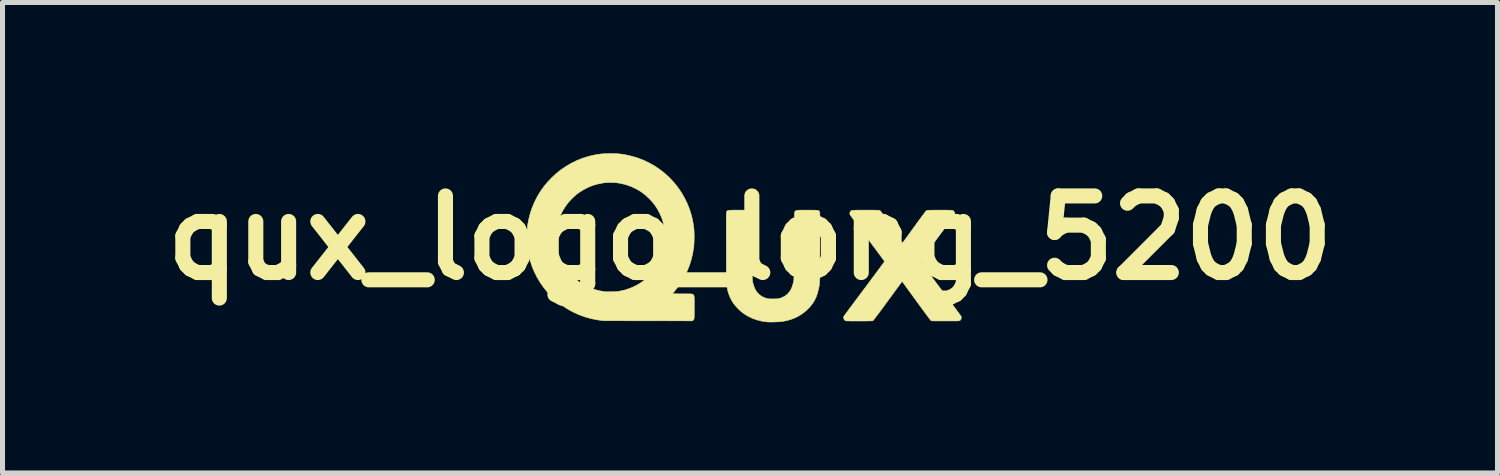
<source format=kicad_pcb>
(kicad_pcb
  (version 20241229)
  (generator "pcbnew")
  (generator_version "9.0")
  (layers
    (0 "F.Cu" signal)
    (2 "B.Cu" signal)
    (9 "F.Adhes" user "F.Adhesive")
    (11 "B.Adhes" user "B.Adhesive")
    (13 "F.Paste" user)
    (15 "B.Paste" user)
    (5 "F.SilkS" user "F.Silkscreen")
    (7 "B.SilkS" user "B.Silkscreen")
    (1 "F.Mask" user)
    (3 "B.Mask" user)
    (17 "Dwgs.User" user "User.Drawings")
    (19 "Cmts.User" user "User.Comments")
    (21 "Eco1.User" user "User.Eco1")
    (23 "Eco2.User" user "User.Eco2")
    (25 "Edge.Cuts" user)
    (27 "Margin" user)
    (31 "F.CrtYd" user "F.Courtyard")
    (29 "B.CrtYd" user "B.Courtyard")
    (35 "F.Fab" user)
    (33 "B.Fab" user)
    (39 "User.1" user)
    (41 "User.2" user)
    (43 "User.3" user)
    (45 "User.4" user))
  (footprint "qux_logo_long_5200"
    (layer "F.Cu")
    (at 11.873 1.683)
    (property "Reference" "qux_logo_long_5200" (at 0 0 0) (layer "F.SilkS") (effects (font (size 1.524 1.524) (thickness 0.3))))
    (attr through_hole)
    (fp_poly (pts (xy -2.724 -1.677) (xy -2.675 -1.676) (xy -2.632 -1.674) (xy -2.591 -1.67) (xy -2.549 -1.665) (xy -2.506 -1.658) (xy -2.477 -1.653) (xy -2.353 -1.625) (xy -2.233 -1.589) (xy -2.116 -1.544) (xy -2.004 -1.49) (xy -1.896 -1.429) (xy -1.794 -1.36) (xy -1.696 -1.283) (xy -1.605 -1.2) (xy -1.52 -1.109) (xy -1.442 -1.013) (xy -1.37 -0.91) (xy -1.307 -0.801) (xy -1.259 -0.705) (xy -1.218 -0.608) (xy -1.184 -0.511) (xy -1.156 -0.41) (xy -1.134 -0.305) (xy -1.118 -0.195) (xy -1.115 -0.167) (xy -1.113 -0.131) (xy -1.112 -0.089) (xy -1.111 -0.043) (xy -1.111 0.004) (xy -1.112 0.051) (xy -1.114 0.096) (xy -1.116 0.137) (xy -1.118 0.171) (xy -1.12 0.187) (xy -1.141 0.312) (xy -1.169 0.432) (xy -1.205 0.546) (xy -1.249 0.657) (xy -1.302 0.765) (xy -1.364 0.871) (xy -1.386 0.905) (xy -1.402 0.929) (xy -1.421 0.956) (xy -1.442 0.984) (xy -1.463 1.012) (xy -1.484 1.038) (xy -1.503 1.062) (xy -1.519 1.081) (xy -1.531 1.094) (xy -1.533 1.096) (xy -1.541 1.104) (xy -1.544 1.11) (xy -1.539 1.11) (xy -1.525 1.111) (xy -1.504 1.112) (xy -1.476 1.113) (xy -1.443 1.113) (xy -1.405 1.114) (xy -1.363 1.114) (xy -1.349 1.114) (xy -1.301 1.114) (xy -1.261 1.114) (xy -1.228 1.114) (xy -1.203 1.114) (xy -1.184 1.115) (xy -1.169 1.116) (xy -1.158 1.117) (xy -1.151 1.118) (xy -1.145 1.12) (xy -1.141 1.122) (xy -1.14 1.123) (xy -1.133 1.128) (xy -1.127 1.132) (xy -1.122 1.137) (xy -1.118 1.144) (xy -1.115 1.154) (xy -1.113 1.166) (xy -1.111 1.184) (xy -1.11 1.206) (xy -1.109 1.235) (xy -1.109 1.27) (xy -1.109 1.313) (xy -1.109 1.365) (xy -1.109 1.382) (xy -1.109 1.437) (xy -1.109 1.482) (xy -1.109 1.519) (xy -1.11 1.549) (xy -1.111 1.573) (xy -1.112 1.592) (xy -1.114 1.606) (xy -1.116 1.616) (xy -1.12 1.624) (xy -1.124 1.63) (xy -1.129 1.635) (xy -1.135 1.64) (xy -1.136 1.641) (xy -1.149 1.651) (xy -2.019 1.65) (xy -2.111 1.65) (xy -2.2 1.65) (xy -2.287 1.65) (xy -2.369 1.65) (xy -2.448 1.65) (xy -2.523 1.649) (xy -2.592 1.649) (xy -2.656 1.649) (xy -2.714 1.649) (xy -2.765 1.649) (xy -2.809 1.649) (xy -2.846 1.648) (xy -2.875 1.648) (xy -2.895 1.648) (xy -2.907 1.648) (xy -2.909 1.648) (xy -3.036 1.632) (xy -3.161 1.607) (xy -3.282 1.573) (xy -3.401 1.53) (xy -3.515 1.478) (xy -3.626 1.418) (xy -3.732 1.349) (xy -3.833 1.272) (xy -3.929 1.187) (xy -3.936 1.18) (xy -4.023 1.089) (xy -4.102 0.992) (xy -4.174 0.89) (xy -4.238 0.783) (xy -4.294 0.671) (xy -4.341 0.556) (xy -4.379 0.438) (xy -4.408 0.318) (xy -4.415 0.278) (xy -4.422 0.24) (xy -4.427 0.208) (xy -4.431 0.178) (xy -4.433 0.149) (xy -4.435 0.119) (xy -4.437 0.087) (xy -4.437 0.049) (xy -4.437 0.004) (xy -4.437 -0.015) (xy -4.437 -0.037) (xy -3.863 -0.037) (xy -3.861 0.064) (xy -3.849 0.164) (xy -3.828 0.262) (xy -3.798 0.357) (xy -3.759 0.45) (xy -3.712 0.539) (xy -3.657 0.623) (xy -3.593 0.703) (xy -3.544 0.755) (xy -3.467 0.825) (xy -3.385 0.887) (xy -3.299 0.94) (xy -3.208 0.985) (xy -3.112 1.021) (xy -3.012 1.049) (xy -2.906 1.068) (xy -2.877 1.072) (xy -2.859 1.073) (xy -2.833 1.073) (xy -2.801 1.073) (xy -2.766 1.073) (xy -2.73 1.072) (xy -2.694 1.07) (xy -2.661 1.068) (xy -2.632 1.066) (xy -2.61 1.063) (xy -2.603 1.062) (xy -2.499 1.039) (xy -2.399 1.007) (xy -2.304 0.967) (xy -2.214 0.919) (xy -2.13 0.863) (xy -2.051 0.799) (xy -1.979 0.727) (xy -1.912 0.648) (xy -1.904 0.638) (xy -1.846 0.553) (xy -1.797 0.464) (xy -1.757 0.372) (xy -1.726 0.278) (xy -1.704 0.183) (xy -1.69 0.086) (xy -1.686 -0.012) (xy -1.69 -0.109) (xy -1.703 -0.206) (xy -1.725 -0.302) (xy -1.756 -0.396) (xy -1.796 -0.488) (xy -1.844 -0.577) (xy -1.901 -0.662) (xy -1.903 -0.665) (xy -1.947 -0.719) (xy -1.998 -0.773) (xy -2.053 -0.826) (xy -2.11 -0.875) (xy -2.167 -0.917) (xy -2.181 -0.926) (xy -2.266 -0.976) (xy -2.357 -1.018) (xy -2.452 -1.053) (xy -2.551 -1.079) (xy -2.623 -1.092) (xy -2.662 -1.097) (xy -2.707 -1.1) (xy -2.756 -1.101) (xy -2.807 -1.101) (xy -2.855 -1.099) (xy -2.899 -1.096) (xy -2.926 -1.092) (xy -3.03 -1.072) (xy -3.129 -1.043) (xy -3.225 -1.004) (xy -3.316 -0.957) (xy -3.404 -0.901) (xy -3.432 -0.881) (xy -3.459 -0.86) (xy -3.489 -0.833) (xy -3.521 -0.803) (xy -3.554 -0.771) (xy -3.584 -0.739) (xy -3.611 -0.71) (xy -3.622 -0.696) (xy -3.681 -0.615) (xy -3.733 -0.529) (xy -3.776 -0.438) (xy -3.812 -0.343) (xy -3.838 -0.246) (xy -3.855 -0.148) (xy -3.856 -0.139) (xy -3.863 -0.037) (xy -4.437 -0.037) (xy -4.437 -0.07) (xy -4.436 -0.117) (xy -4.434 -0.159) (xy -4.431 -0.197) (xy -4.427 -0.235) (xy -4.422 -0.272) (xy -4.414 -0.313) (xy -4.406 -0.357) (xy -4.376 -0.477) (xy -4.338 -0.593) (xy -4.291 -0.706) (xy -4.236 -0.815) (xy -4.174 -0.919) (xy -4.104 -1.018) (xy -4.027 -1.112) (xy -3.943 -1.2) (xy -3.854 -1.282) (xy -3.759 -1.358) (xy -3.658 -1.426) (xy -3.553 -1.487) (xy -3.443 -1.541) (xy -3.329 -1.586) (xy -3.212 -1.622) (xy -3.112 -1.646) (xy -3.058 -1.656) (xy -3.008 -1.664) (xy -2.96 -1.67) (xy -2.911 -1.674) (xy -2.858 -1.676) (xy -2.8 -1.677) (xy -2.779 -1.678) (xy -2.724 -1.677)) (stroke (width 0.01) (type solid)) (fill yes) (layer "F.SilkS"))
    (fp_poly (pts (xy 3.831 -0.552) (xy 3.878 -0.552) (xy 3.916 -0.552) (xy 3.947 -0.551) (xy 3.972 -0.551) (xy 3.991 -0.55) (xy 4.006 -0.55) (xy 4.017 -0.549) (xy 4.025 -0.547) (xy 4.031 -0.546) (xy 4.036 -0.544) (xy 4.039 -0.542) (xy 4.056 -0.529) (xy 4.068 -0.51) (xy 4.074 -0.489) (xy 4.072 -0.468) (xy 4.069 -0.459) (xy 4.065 -0.454) (xy 4.056 -0.441) (xy 4.042 -0.422) (xy 4.023 -0.396) (xy 4 -0.365) (xy 3.973 -0.328) (xy 3.943 -0.286) (xy 3.909 -0.24) (xy 3.872 -0.19) (xy 3.833 -0.137) (xy 3.791 -0.081) (xy 3.748 -0.022) (xy 3.724 0.01) (xy 3.385 0.469) (xy 3.787 1.005) (xy 3.835 1.069) (xy 3.881 1.132) (xy 3.926 1.192) (xy 3.969 1.249) (xy 4.009 1.302) (xy 4.046 1.352) (xy 4.08 1.397) (xy 4.11 1.438) (xy 4.136 1.473) (xy 4.158 1.503) (xy 4.176 1.527) (xy 4.188 1.544) (xy 4.195 1.554) (xy 4.197 1.556) (xy 4.204 1.577) (xy 4.204 1.6) (xy 4.195 1.622) (xy 4.18 1.64) (xy 4.173 1.645) (xy 4.17 1.647) (xy 4.165 1.648) (xy 4.159 1.649) (xy 4.15 1.651) (xy 4.138 1.651) (xy 4.121 1.652) (xy 4.1 1.653) (xy 4.072 1.653) (xy 4.038 1.653) (xy 3.997 1.653) (xy 3.948 1.653) (xy 3.889 1.653) (xy 3.886 1.653) (xy 3.827 1.653) (xy 3.777 1.653) (xy 3.735 1.653) (xy 3.701 1.653) (xy 3.673 1.653) (xy 3.651 1.652) (xy 3.635 1.651) (xy 3.622 1.651) (xy 3.613 1.649) (xy 3.607 1.648) (xy 3.602 1.647) (xy 3.6 1.645) (xy 3.595 1.64) (xy 3.585 1.627) (xy 3.57 1.608) (xy 3.551 1.583) (xy 3.528 1.551) (xy 3.5 1.515) (xy 3.47 1.474) (xy 3.437 1.429) (xy 3.401 1.38) (xy 3.364 1.329) (xy 3.324 1.275) (xy 3.307 1.251) (xy 3.027 0.866) (xy 3.011 0.886) (xy 3.006 0.893) (xy 2.996 0.907) (xy 2.98 0.928) (xy 2.961 0.955) (xy 2.937 0.987) (xy 2.909 1.025) (xy 2.879 1.066) (xy 2.845 1.112) (xy 2.81 1.161) (xy 2.772 1.212) (xy 2.733 1.265) (xy 2.728 1.271) (xy 2.689 1.325) (xy 2.652 1.376) (xy 2.616 1.424) (xy 2.583 1.469) (xy 2.552 1.51) (xy 2.524 1.547) (xy 2.5 1.579) (xy 2.48 1.605) (xy 2.465 1.625) (xy 2.454 1.639) (xy 2.448 1.645) (xy 2.448 1.645) (xy 2.445 1.647) (xy 2.44 1.649) (xy 2.432 1.65) (xy 2.422 1.651) (xy 2.408 1.652) (xy 2.389 1.652) (xy 2.365 1.653) (xy 2.334 1.653) (xy 2.296 1.654) (xy 2.251 1.654) (xy 2.196 1.654) (xy 2.179 1.654) (xy 2.129 1.654) (xy 2.082 1.654) (xy 2.039 1.654) (xy 2 1.654) (xy 1.966 1.653) (xy 1.939 1.653) (xy 1.92 1.652) (xy 1.909 1.651) (xy 1.907 1.651) (xy 1.887 1.64) (xy 1.872 1.623) (xy 1.864 1.603) (xy 1.862 1.581) (xy 1.868 1.559) (xy 1.869 1.557) (xy 1.873 1.551) (xy 1.883 1.538) (xy 1.898 1.518) (xy 1.917 1.492) (xy 1.941 1.459) (xy 1.969 1.421) (xy 2.001 1.379) (xy 2.036 1.331) (xy 2.075 1.28) (xy 2.116 1.224) (xy 2.16 1.166) (xy 2.205 1.105) (xy 2.252 1.042) (xy 2.278 1.008) (xy 2.326 0.944) (xy 2.372 0.882) (xy 2.416 0.822) (xy 2.458 0.766) (xy 2.497 0.713) (xy 2.534 0.664) (xy 2.567 0.62) (xy 2.596 0.58) (xy 2.621 0.546) (xy 2.642 0.517) (xy 2.659 0.495) (xy 2.67 0.479) (xy 2.676 0.47) (xy 2.677 0.469) (xy 2.674 0.464) (xy 2.666 0.452) (xy 2.652 0.433) (xy 2.634 0.408) (xy 2.611 0.377) (xy 2.584 0.341) (xy 2.554 0.3) (xy 2.52 0.255) (xy 2.484 0.205) (xy 2.444 0.153) (xy 2.403 0.097) (xy 2.36 0.039) (xy 2.337 0.008) (xy 2.292 -0.051) (xy 2.25 -0.108) (xy 2.209 -0.163) (xy 2.17 -0.215) (xy 2.135 -0.263) (xy 2.102 -0.308) (xy 2.072 -0.348) (xy 2.047 -0.382) (xy 2.026 -0.412) (xy 2.009 -0.435) (xy 1.997 -0.452) (xy 1.991 -0.461) (xy 1.989 -0.463) (xy 1.985 -0.486) (xy 1.989 -0.509) (xy 1.999 -0.525) (xy 2.003 -0.531) (xy 2.008 -0.536) (xy 2.013 -0.54) (xy 2.02 -0.543) (xy 2.03 -0.546) (xy 2.043 -0.548) (xy 2.06 -0.549) (xy 2.081 -0.55) (xy 2.108 -0.551) (xy 2.142 -0.552) (xy 2.183 -0.552) (xy 2.232 -0.552) (xy 2.289 -0.552) (xy 2.304 -0.552) (xy 2.362 -0.552) (xy 2.411 -0.552) (xy 2.451 -0.552) (xy 2.485 -0.551) (xy 2.512 -0.551) (xy 2.533 -0.55) (xy 2.549 -0.55) (xy 2.561 -0.549) (xy 2.57 -0.548) (xy 2.577 -0.546) (xy 2.582 -0.544) (xy 2.584 -0.543) (xy 2.588 -0.541) (xy 2.593 -0.536) (xy 2.6 -0.528) (xy 2.609 -0.516) (xy 2.62 -0.501) (xy 2.634 -0.481) (xy 2.652 -0.457) (xy 2.672 -0.427) (xy 2.697 -0.391) (xy 2.725 -0.349) (xy 2.758 -0.299) (xy 2.796 -0.243) (xy 2.81 -0.222) (xy 2.843 -0.172) (xy 2.875 -0.125) (xy 2.905 -0.08) (xy 2.933 -0.039) (xy 2.958 -0.002) (xy 2.979 0.031) (xy 2.997 0.058) (xy 3.011 0.078) (xy 3.02 0.093) (xy 3.025 0.099) (xy 3.025 0.1) (xy 3.027 0.101) (xy 3.029 0.1) (xy 3.033 0.097) (xy 3.038 0.092) (xy 3.046 0.083) (xy 3.056 0.071) (xy 3.068 0.054) (xy 3.084 0.034) (xy 3.104 0.007) (xy 3.127 -0.024) (xy 3.154 -0.062) (xy 3.186 -0.106) (xy 3.223 -0.157) (xy 3.265 -0.215) (xy 3.308 -0.275) (xy 3.346 -0.327) (xy 3.38 -0.373) (xy 3.408 -0.412) (xy 3.432 -0.445) (xy 3.453 -0.472) (xy 3.47 -0.494) (xy 3.483 -0.512) (xy 3.494 -0.525) (xy 3.503 -0.534) (xy 3.509 -0.541) (xy 3.513 -0.544) (xy 3.515 -0.545) (xy 3.52 -0.547) (xy 3.529 -0.548) (xy 3.542 -0.549) (xy 3.559 -0.55) (xy 3.582 -0.551) (xy 3.611 -0.551) (xy 3.647 -0.552) (xy 3.691 -0.552) (xy 3.744 -0.552) (xy 3.776 -0.552) (xy 3.831 -0.552)) (stroke (width 0.01) (type solid)) (fill yes) (layer "F.SilkS"))
    (fp_poly (pts (xy 1.19 -0.552) (xy 1.234 -0.552) (xy 1.27 -0.551) (xy 1.299 -0.551) (xy 1.322 -0.549) (xy 1.34 -0.548) (xy 1.353 -0.545) (xy 1.362 -0.542) (xy 1.37 -0.538) (xy 1.375 -0.532) (xy 1.38 -0.526) (xy 1.382 -0.522) (xy 1.384 -0.519) (xy 1.385 -0.517) (xy 1.386 -0.513) (xy 1.387 -0.509) (xy 1.388 -0.502) (xy 1.389 -0.493) (xy 1.389 -0.482) (xy 1.39 -0.467) (xy 1.39 -0.449) (xy 1.391 -0.426) (xy 1.391 -0.399) (xy 1.391 -0.366) (xy 1.391 -0.328) (xy 1.391 -0.284) (xy 1.391 -0.233) (xy 1.391 -0.175) (xy 1.391 -0.109) (xy 1.391 -0.036) (xy 1.391 0.047) (xy 1.391 0.138) (xy 1.391 0.178) (xy 1.39 0.276) (xy 1.39 0.364) (xy 1.39 0.443) (xy 1.39 0.514) (xy 1.39 0.578) (xy 1.389 0.634) (xy 1.389 0.684) (xy 1.388 0.728) (xy 1.388 0.767) (xy 1.387 0.801) (xy 1.386 0.831) (xy 1.385 0.856) (xy 1.384 0.879) (xy 1.382 0.899) (xy 1.381 0.917) (xy 1.379 0.933) (xy 1.377 0.948) (xy 1.374 0.963) (xy 1.372 0.977) (xy 1.368 0.993) (xy 1.365 1.009) (xy 1.362 1.023) (xy 1.342 1.104) (xy 1.315 1.178) (xy 1.282 1.247) (xy 1.24 1.312) (xy 1.19 1.374) (xy 1.138 1.428) (xy 1.071 1.486) (xy 0.999 1.536) (xy 0.922 1.579) (xy 0.839 1.614) (xy 0.75 1.641) (xy 0.657 1.661) (xy 0.632 1.665) (xy 0.6 1.668) (xy 0.561 1.67) (xy 0.52 1.672) (xy 0.476 1.673) (xy 0.434 1.674) (xy 0.394 1.674) (xy 0.358 1.673) (xy 0.329 1.671) (xy 0.323 1.67) (xy 0.224 1.655) (xy 0.13 1.63) (xy 0.041 1.598) (xy -0.043 1.557) (xy -0.122 1.508) (xy -0.149 1.488) (xy -0.178 1.465) (xy -0.209 1.436) (xy -0.242 1.404) (xy -0.274 1.37) (xy -0.302 1.338) (xy -0.325 1.309) (xy -0.327 1.306) (xy -0.362 1.251) (xy -0.394 1.189) (xy -0.42 1.125) (xy -0.44 1.062) (xy -0.447 1.033) (xy -0.45 1.017) (xy -0.453 1.002) (xy -0.455 0.988) (xy -0.458 0.975) (xy -0.46 0.961) (xy -0.462 0.946) (xy -0.464 0.93) (xy -0.465 0.912) (xy -0.466 0.891) (xy -0.467 0.868) (xy -0.468 0.841) (xy -0.469 0.81) (xy -0.47 0.775) (xy -0.47 0.734) (xy -0.471 0.688) (xy -0.471 0.636) (xy -0.471 0.577) (xy -0.472 0.511) (xy -0.472 0.437) (xy -0.472 0.354) (xy -0.472 0.263) (xy -0.472 0.191) (xy -0.473 0.094) (xy -0.473 0.007) (xy -0.473 -0.071) (xy -0.473 -0.141) (xy -0.473 -0.202) (xy -0.473 -0.257) (xy -0.473 -0.305) (xy -0.473 -0.346) (xy -0.473 -0.382) (xy -0.473 -0.412) (xy -0.472 -0.437) (xy -0.472 -0.457) (xy -0.471 -0.474) (xy -0.471 -0.487) (xy -0.47 -0.497) (xy -0.469 -0.505) (xy -0.468 -0.511) (xy -0.467 -0.515) (xy -0.466 -0.518) (xy -0.465 -0.52) (xy -0.464 -0.522) (xy -0.459 -0.529) (xy -0.455 -0.535) (xy -0.449 -0.539) (xy -0.441 -0.543) (xy -0.43 -0.546) (xy -0.415 -0.548) (xy -0.395 -0.55) (xy -0.37 -0.551) (xy -0.338 -0.552) (xy -0.299 -0.552) (xy -0.252 -0.552) (xy -0.219 -0.552) (xy -0.166 -0.552) (xy -0.123 -0.552) (xy -0.087 -0.551) (xy -0.059 -0.551) (xy -0.036 -0.549) (xy -0.019 -0.548) (xy -0.006 -0.545) (xy 0.004 -0.542) (xy 0.012 -0.538) (xy 0.017 -0.532) (xy 0.023 -0.526) (xy 0.027 -0.521) (xy 0.028 -0.519) (xy 0.029 -0.517) (xy 0.03 -0.513) (xy 0.031 -0.509) (xy 0.032 -0.503) (xy 0.033 -0.494) (xy 0.034 -0.483) (xy 0.035 -0.468) (xy 0.035 -0.45) (xy 0.036 -0.427) (xy 0.036 -0.399) (xy 0.037 -0.367) (xy 0.037 -0.328) (xy 0.037 -0.283) (xy 0.038 -0.232) (xy 0.038 -0.173) (xy 0.038 -0.107) (xy 0.039 -0.032) (xy 0.039 0.051) (xy 0.039 0.144) (xy 0.039 0.158) (xy 0.04 0.253) (xy 0.04 0.338) (xy 0.04 0.415) (xy 0.041 0.484) (xy 0.041 0.545) (xy 0.042 0.599) (xy 0.042 0.647) (xy 0.043 0.688) (xy 0.043 0.724) (xy 0.044 0.755) (xy 0.045 0.782) (xy 0.046 0.804) (xy 0.047 0.824) (xy 0.048 0.84) (xy 0.05 0.855) (xy 0.052 0.867) (xy 0.054 0.878) (xy 0.056 0.889) (xy 0.058 0.899) (xy 0.061 0.91) (xy 0.064 0.922) (xy 0.065 0.927) (xy 0.086 0.988) (xy 0.113 1.043) (xy 0.147 1.091) (xy 0.187 1.131) (xy 0.234 1.164) (xy 0.288 1.19) (xy 0.325 1.203) (xy 0.34 1.207) (xy 0.354 1.209) (xy 0.369 1.212) (xy 0.386 1.213) (xy 0.409 1.214) (xy 0.439 1.214) (xy 0.459 1.214) (xy 0.493 1.214) (xy 0.52 1.213) (xy 0.54 1.212) (xy 0.557 1.211) (xy 0.571 1.208) (xy 0.585 1.205) (xy 0.593 1.203) (xy 0.647 1.183) (xy 0.694 1.158) (xy 0.735 1.127) (xy 0.738 1.125) (xy 0.769 1.092) (xy 0.796 1.057) (xy 0.819 1.017) (xy 0.838 0.972) (xy 0.854 0.92) (xy 0.869 0.86) (xy 0.869 0.86) (xy 0.87 0.853) (xy 0.871 0.845) (xy 0.872 0.835) (xy 0.872 0.822) (xy 0.873 0.806) (xy 0.874 0.786) (xy 0.874 0.761) (xy 0.875 0.732) (xy 0.875 0.698) (xy 0.876 0.658) (xy 0.876 0.612) (xy 0.877 0.559) (xy 0.877 0.499) (xy 0.878 0.431) (xy 0.878 0.355) (xy 0.878 0.27) (xy 0.879 0.176) (xy 0.879 0.158) (xy 0.879 0.064) (xy 0.88 -0.021) (xy 0.88 -0.097) (xy 0.88 -0.164) (xy 0.881 -0.224) (xy 0.881 -0.276) (xy 0.881 -0.322) (xy 0.882 -0.361) (xy 0.882 -0.395) (xy 0.883 -0.423) (xy 0.883 -0.447) (xy 0.884 -0.466) (xy 0.884 -0.481) (xy 0.885 -0.493) (xy 0.886 -0.502) (xy 0.887 -0.508) (xy 0.888 -0.513) (xy 0.889 -0.516) (xy 0.89 -0.519) (xy 0.892 -0.521) (xy 0.892 -0.521) (xy 0.897 -0.528) (xy 0.903 -0.534) (xy 0.909 -0.539) (xy 0.917 -0.543) (xy 0.928 -0.546) (xy 0.942 -0.548) (xy 0.961 -0.55) (xy 0.986 -0.551) (xy 1.017 -0.552) (xy 1.055 -0.552) (xy 1.101 -0.552) (xy 1.137 -0.552) (xy 1.19 -0.552)) (stroke (width 0.01) (type solid)) (fill yes) (layer "F.SilkS")))
  (gr_rect
    (start -3 -3)
    (end 26.745 6.361)
    (stroke (width 0.1) (type default))
    (fill no)
    (layer "Edge.Cuts")))
</source>
